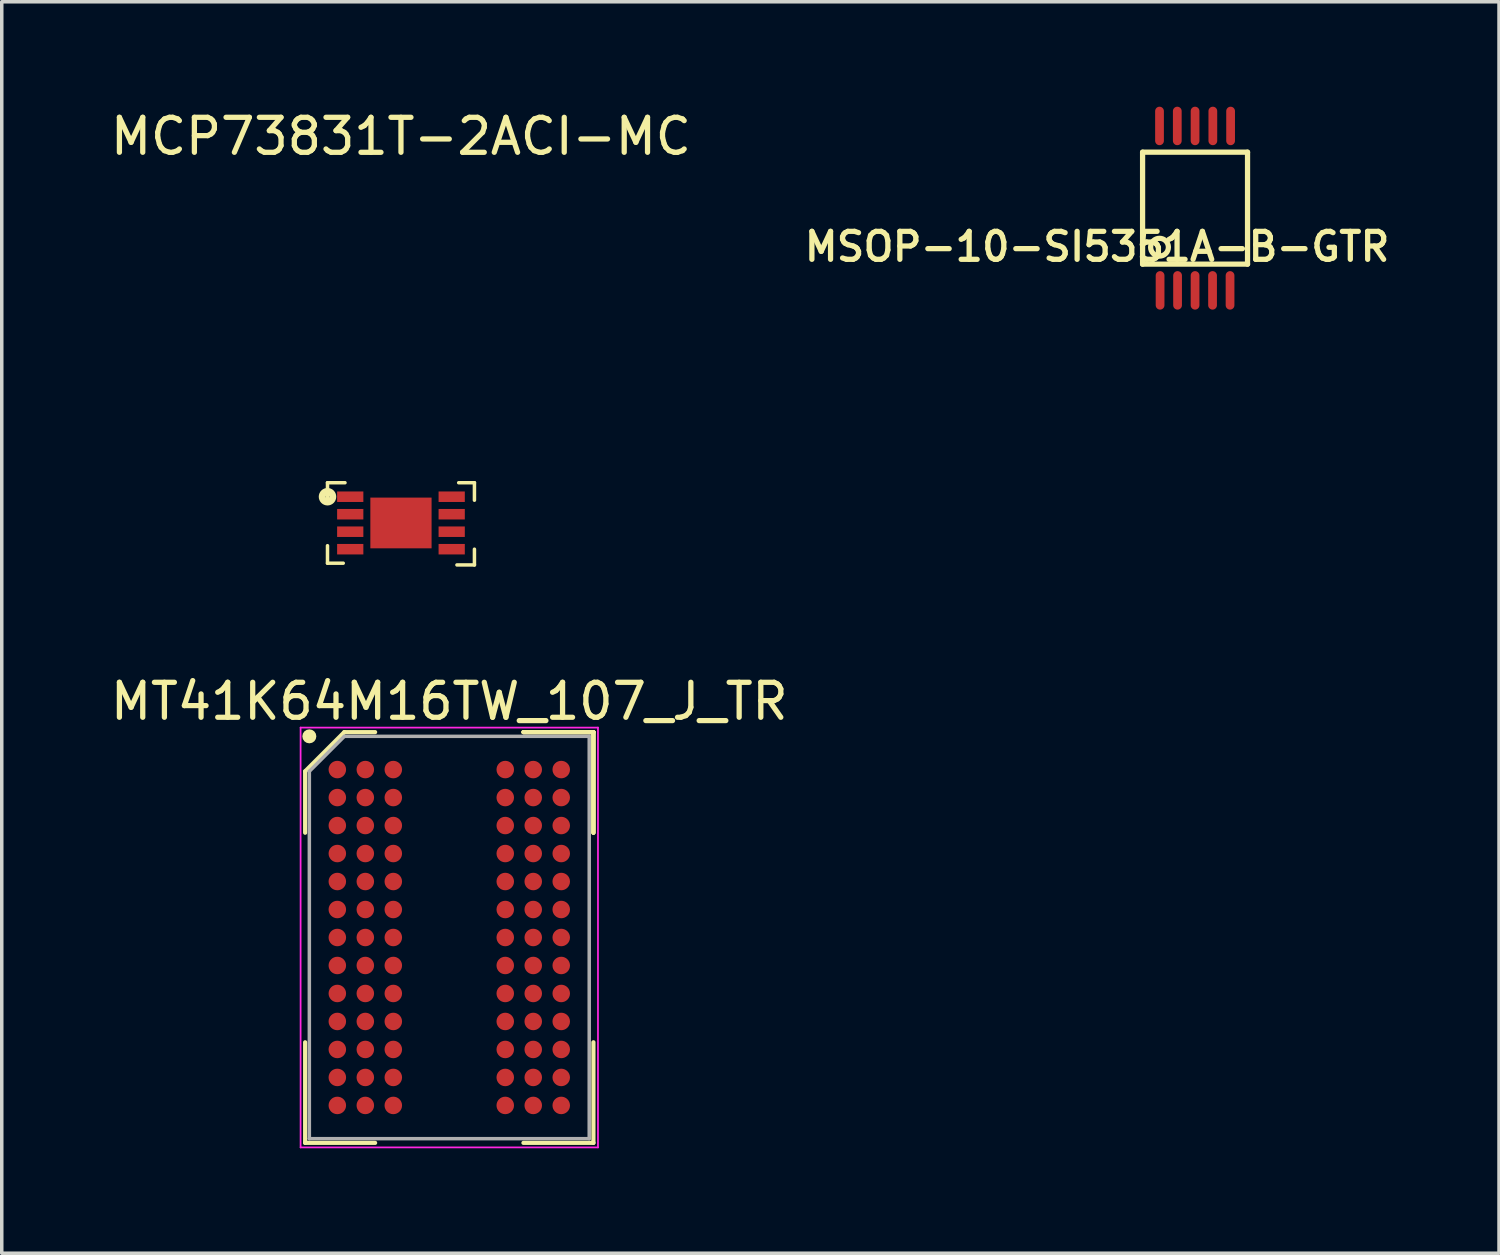
<source format=kicad_pcb>
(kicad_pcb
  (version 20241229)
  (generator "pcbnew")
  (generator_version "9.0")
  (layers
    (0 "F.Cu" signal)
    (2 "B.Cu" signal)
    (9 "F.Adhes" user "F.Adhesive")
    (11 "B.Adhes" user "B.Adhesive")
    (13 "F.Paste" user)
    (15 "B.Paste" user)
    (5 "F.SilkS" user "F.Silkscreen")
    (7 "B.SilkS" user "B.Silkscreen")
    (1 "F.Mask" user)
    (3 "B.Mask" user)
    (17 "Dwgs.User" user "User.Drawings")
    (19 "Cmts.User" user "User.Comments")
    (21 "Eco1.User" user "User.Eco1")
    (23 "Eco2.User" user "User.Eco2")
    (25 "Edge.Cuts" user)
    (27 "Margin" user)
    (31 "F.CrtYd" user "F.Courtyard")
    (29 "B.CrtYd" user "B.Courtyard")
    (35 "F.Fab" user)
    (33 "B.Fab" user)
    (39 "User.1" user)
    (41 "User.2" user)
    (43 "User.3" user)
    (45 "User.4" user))
  (footprint "MSOP-10-SI5351A-B-GTR"
    (layer "F.Cu")
    (at 31.109 2.9)
    (property "Reference" "MSOP-10-SI5351A-B-GTR" (at -2.8 1.1 0) (layer "F.SilkS") (effects (font (size 0.8 0.8) (thickness 0.15))))
    (attr smd)
    (fp_line (start -1.5 -1.6) (end -1.5 1.6) (stroke (width 0.15) (type solid)) (layer "F.SilkS"))
    (fp_line (start -1.5 1.6) (end 1.5 1.6) (stroke (width 0.15) (type solid)) (layer "F.SilkS"))
    (fp_line (start 1.5 -1.6) (end -1.5 -1.6) (stroke (width 0.15) (type solid)) (layer "F.SilkS"))
    (fp_line (start 1.5 1.6) (end 1.5 -1.6) (stroke (width 0.15) (type solid)) (layer "F.SilkS"))
    (fp_circle (center -1.016 1.116) (end -1.016 0.862) (stroke (width 0.15) (type solid)) (fill no) (layer "F.SilkS"))
    (pad "1" smd oval (at -1 2.35) (size 0.25 1.1) (layers "F.Cu" "F.Mask" "F.Paste"))
    (pad "2" smd oval (at -0.5 2.35) (size 0.25 1.1) (layers "F.Cu" "F.Mask" "F.Paste"))
    (pad "3" smd oval (at 0 2.35) (size 0.25 1.1) (layers "F.Cu" "F.Mask" "F.Paste"))
    (pad "4" smd oval (at 0.5 2.35) (size 0.25 1.1) (layers "F.Cu" "F.Mask" "F.Paste"))
    (pad "5" smd oval (at 1 2.35) (size 0.25 1.1) (layers "F.Cu" "F.Mask" "F.Paste"))
    (pad "6" smd oval (at 1.016 -2.35) (size 0.25 1.1) (layers "F.Cu" "F.Mask" "F.Paste"))
    (pad "7" smd oval (at 0.508 -2.35) (size 0.25 1.1) (layers "F.Cu" "F.Mask" "F.Paste"))
    (pad "8" smd oval (at 0 -2.35) (size 0.25 1.1) (layers "F.Cu" "F.Mask" "F.Paste"))
    (pad "9" smd oval (at -0.508 -2.35) (size 0.25 1.1) (layers "F.Cu" "F.Mask" "F.Paste"))
    (pad "10" smd oval (at -1.016 -2.35) (size 0.25 1.1) (layers "F.Cu" "F.Mask" "F.Paste")))
  (footprint "MCP73831T-2ACI-MC"
    (layer "F.Cu")
    (at 8.411 11.898)
    (property "Reference" "MCP73831T-2ACI-MC" (at 0 -11.05 0) (layer "F.SilkS") (effects (font (size 1 1) (thickness 0.15))))
    (attr through_hole)
    (fp_line (start -2.1 -1.15) (end -1.6 -1.15) (stroke (width 0.1) (type solid)) (layer "F.SilkS"))
    (fp_line (start -2.1 -0.7) (end -2.1 -1.15) (stroke (width 0.1) (type solid)) (layer "F.SilkS"))
    (fp_line (start -2.1 1.15) (end -2.1 0.65) (stroke (width 0.1) (type solid)) (layer "F.SilkS"))
    (fp_line (start -1.65 1.15) (end -2.1 1.15) (stroke (width 0.1) (type solid)) (layer "F.SilkS"))
    (fp_line (start 1.65 -1.15) (end 2.1 -1.15) (stroke (width 0.1) (type solid)) (layer "F.SilkS"))
    (fp_line (start 2.1 -1.15) (end 2.1 -0.65) (stroke (width 0.1) (type solid)) (layer "F.SilkS"))
    (fp_line (start 2.1 0.75) (end 2.1 1.2) (stroke (width 0.1) (type solid)) (layer "F.SilkS"))
    (fp_line (start 2.1 1.2) (end 1.6 1.2) (stroke (width 0.1) (type solid)) (layer "F.SilkS"))
    (fp_circle (center -2.1 -0.75) (end -2.1 -0.7) (stroke (width 0.2) (type solid)) (fill no) (layer "F.SilkS"))
    (pad "0" smd rect (at 0 0) (size 1.75 1.45) (layers "F.Cu" "F.Mask" "F.Paste"))
    (pad "1" smd rect (at -1.45 -0.75) (size 0.75 0.3) (layers "F.Cu" "F.Mask" "F.Paste"))
    (pad "2" smd rect (at -1.45 -0.25) (size 0.75 0.3) (layers "F.Cu" "F.Mask" "F.Paste"))
    (pad "3" smd rect (at -1.45 0.25) (size 0.75 0.3) (layers "F.Cu" "F.Mask" "F.Paste"))
    (pad "4" smd rect (at -1.45 0.75) (size 0.75 0.3) (layers "F.Cu" "F.Mask" "F.Paste"))
    (pad "5" smd rect (at 1.45 0.75) (size 0.75 0.3) (layers "F.Cu" "F.Mask" "F.Paste"))
    (pad "6" smd rect (at 1.45 0.25) (size 0.75 0.3) (layers "F.Cu" "F.Mask" "F.Paste"))
    (pad "7" smd rect (at 1.45 -0.25) (size 0.75 0.3) (layers "F.Cu" "F.Mask" "F.Paste"))
    (pad "8" smd rect (at 1.45 -0.75) (size 0.75 0.3) (layers "F.Cu" "F.Mask" "F.Paste")))
  (footprint "MT41K64M16TW_107_J_TR"
    (layer "F.Cu")
    (at 9.792 23.747)
    (property "Reference" "MT41K64M16TW_107_J_TR" (at 0 -6.75 0) (layer "F.SilkS") (effects (font (size 1 1) (thickness 0.15))))
    (attr smd)
    (fp_line (start -4.12 -4.75) (end -4.12 -2.995) (stroke (width 0.12) (type solid)) (layer "F.SilkS"))
    (fp_line (start -4.12 5.87) (end -4.12 2.995) (stroke (width 0.12) (type solid)) (layer "F.SilkS"))
    (fp_line (start -3 -5.87) (end -4.12 -4.75) (stroke (width 0.12) (type solid)) (layer "F.SilkS"))
    (fp_line (start -2.12 -5.87) (end -3 -5.87) (stroke (width 0.12) (type solid)) (layer "F.SilkS"))
    (fp_line (start -2.12 5.87) (end -4.12 5.87) (stroke (width 0.12) (type solid)) (layer "F.SilkS"))
    (fp_line (start 2.12 -5.87) (end 4.12 -5.87) (stroke (width 0.12) (type solid)) (layer "F.SilkS"))
    (fp_line (start 2.12 -5.87) (end 4.12 -5.87) (stroke (width 0.12) (type solid)) (layer "F.SilkS"))
    (fp_line (start 2.12 -5.87) (end 4.12 -5.87) (stroke (width 0.12) (type solid)) (layer "F.SilkS"))
    (fp_line (start 2.12 5.87) (end 4.12 5.87) (stroke (width 0.12) (type solid)) (layer "F.SilkS"))
    (fp_line (start 4.12 -5.87) (end 4.12 -2.995) (stroke (width 0.12) (type solid)) (layer "F.SilkS"))
    (fp_line (start 4.12 -5.87) (end 4.12 -2.995) (stroke (width 0.12) (type solid)) (layer "F.SilkS"))
    (fp_line (start 4.12 -5.87) (end 4.12 -2.995) (stroke (width 0.12) (type solid)) (layer "F.SilkS"))
    (fp_line (start 4.12 5.87) (end 4.12 2.995) (stroke (width 0.12) (type solid)) (layer "F.SilkS"))
    (fp_circle (center -4 -5.75) (end -4 -5.65) (stroke (width 0.2) (type solid)) (fill no) (layer "F.SilkS"))
    (fp_line (start -4.25 -6) (end 4.25 -6) (stroke (width 0.05) (type solid)) (layer "F.CrtYd"))
    (fp_line (start -4.25 6) (end -4.25 -6) (stroke (width 0.05) (type solid)) (layer "F.CrtYd"))
    (fp_line (start 4.25 -6) (end 4.25 6) (stroke (width 0.05) (type solid)) (layer "F.CrtYd"))
    (fp_line (start 4.25 6) (end -4.25 6) (stroke (width 0.05) (type solid)) (layer "F.CrtYd"))
    (fp_line (start -4 -4.75) (end -4 5.75) (stroke (width 0.1) (type solid)) (layer "F.Fab"))
    (fp_line (start -4 5.75) (end 4 5.75) (stroke (width 0.1) (type solid)) (layer "F.Fab"))
    (fp_line (start -3 -5.75) (end -4 -4.75) (stroke (width 0.1) (type solid)) (layer "F.Fab"))
    (fp_line (start 4 -5.75) (end -3 -5.75) (stroke (width 0.1) (type solid)) (layer "F.Fab"))
    (fp_line (start 4 5.75) (end 4 -5.75) (stroke (width 0.1) (type solid)) (layer "F.Fab"))
    (pad "A1" smd circle (at -3.2 -4.8) (size 0.5 0.5) (layers "F.Cu" "F.Mask" "F.Paste"))
    (pad "A2" smd circle (at -2.4 -4.8) (size 0.5 0.5) (layers "F.Cu" "F.Mask" "F.Paste"))
    (pad "A3" smd circle (at -1.6 -4.8) (size 0.5 0.5) (layers "F.Cu" "F.Mask" "F.Paste"))
    (pad "A7" smd circle (at 1.6 -4.8) (size 0.5 0.5) (layers "F.Cu" "F.Mask" "F.Paste"))
    (pad "A8" smd circle (at 2.4 -4.8) (size 0.5 0.5) (layers "F.Cu" "F.Mask" "F.Paste"))
    (pad "A9" smd circle (at 3.2 -4.8) (size 0.5 0.5) (layers "F.Cu" "F.Mask" "F.Paste"))
    (pad "B1" smd circle (at -3.2 -4) (size 0.5 0.5) (layers "F.Cu" "F.Mask" "F.Paste"))
    (pad "B2" smd circle (at -2.4 -4) (size 0.5 0.5) (layers "F.Cu" "F.Mask" "F.Paste"))
    (pad "B3" smd circle (at -1.6 -4) (size 0.5 0.5) (layers "F.Cu" "F.Mask" "F.Paste"))
    (pad "B7" smd circle (at 1.6 -4) (size 0.5 0.5) (layers "F.Cu" "F.Mask" "F.Paste"))
    (pad "B8" smd circle (at 2.4 -4) (size 0.5 0.5) (layers "F.Cu" "F.Mask" "F.Paste"))
    (pad "B9" smd circle (at 3.2 -4) (size 0.5 0.5) (layers "F.Cu" "F.Mask" "F.Paste"))
    (pad "C1" smd circle (at -3.2 -3.2) (size 0.5 0.5) (layers "F.Cu" "F.Mask" "F.Paste"))
    (pad "C2" smd circle (at -2.4 -3.2) (size 0.5 0.5) (layers "F.Cu" "F.Mask" "F.Paste"))
    (pad "C3" smd circle (at -1.6 -3.2) (size 0.5 0.5) (layers "F.Cu" "F.Mask" "F.Paste"))
    (pad "C7" smd circle (at 1.6 -3.2) (size 0.5 0.5) (layers "F.Cu" "F.Mask" "F.Paste"))
    (pad "C8" smd circle (at 2.4 -3.2) (size 0.5 0.5) (layers "F.Cu" "F.Mask" "F.Paste"))
    (pad "C9" smd circle (at 3.2 -3.2) (size 0.5 0.5) (layers "F.Cu" "F.Mask" "F.Paste"))
    (pad "D1" smd circle (at -3.2 -2.4) (size 0.5 0.5) (layers "F.Cu" "F.Mask" "F.Paste"))
    (pad "D2" smd circle (at -2.4 -2.4) (size 0.5 0.5) (layers "F.Cu" "F.Mask" "F.Paste"))
    (pad "D3" smd circle (at -1.6 -2.4) (size 0.5 0.5) (layers "F.Cu" "F.Mask" "F.Paste"))
    (pad "D7" smd circle (at 1.6 -2.4) (size 0.5 0.5) (layers "F.Cu" "F.Mask" "F.Paste"))
    (pad "D8" smd circle (at 2.4 -2.4) (size 0.5 0.5) (layers "F.Cu" "F.Mask" "F.Paste"))
    (pad "D9" smd circle (at 3.2 -2.4) (size 0.5 0.5) (layers "F.Cu" "F.Mask" "F.Paste"))
    (pad "E1" smd circle (at -3.2 -1.6) (size 0.5 0.5) (layers "F.Cu" "F.Mask" "F.Paste"))
    (pad "E2" smd circle (at -2.4 -1.6) (size 0.5 0.5) (layers "F.Cu" "F.Mask" "F.Paste"))
    (pad "E3" smd circle (at -1.6 -1.6) (size 0.5 0.5) (layers "F.Cu" "F.Mask" "F.Paste"))
    (pad "E7" smd circle (at 1.6 -1.6) (size 0.5 0.5) (layers "F.Cu" "F.Mask" "F.Paste"))
    (pad "E8" smd circle (at 2.4 -1.6) (size 0.5 0.5) (layers "F.Cu" "F.Mask" "F.Paste"))
    (pad "E9" smd circle (at 3.2 -1.6) (size 0.5 0.5) (layers "F.Cu" "F.Mask" "F.Paste"))
    (pad "F1" smd circle (at -3.2 -0.8) (size 0.5 0.5) (layers "F.Cu" "F.Mask" "F.Paste"))
    (pad "F2" smd circle (at -2.4 -0.8) (size 0.5 0.5) (layers "F.Cu" "F.Mask" "F.Paste"))
    (pad "F3" smd circle (at -1.6 -0.8) (size 0.5 0.5) (layers "F.Cu" "F.Mask" "F.Paste"))
    (pad "F7" smd circle (at 1.6 -0.8) (size 0.5 0.5) (layers "F.Cu" "F.Mask" "F.Paste"))
    (pad "F8" smd circle (at 2.4 -0.8) (size 0.5 0.5) (layers "F.Cu" "F.Mask" "F.Paste"))
    (pad "F9" smd circle (at 3.2 -0.8) (size 0.5 0.5) (layers "F.Cu" "F.Mask" "F.Paste"))
    (pad "G1" smd circle (at -3.2 0) (size 0.5 0.5) (layers "F.Cu" "F.Mask" "F.Paste"))
    (pad "G2" smd circle (at -2.4 0) (size 0.5 0.5) (layers "F.Cu" "F.Mask" "F.Paste"))
    (pad "G3" smd circle (at -1.6 0) (size 0.5 0.5) (layers "F.Cu" "F.Mask" "F.Paste"))
    (pad "G7" smd circle (at 1.6 0) (size 0.5 0.5) (layers "F.Cu" "F.Mask" "F.Paste"))
    (pad "G8" smd circle (at 2.4 0) (size 0.5 0.5) (layers "F.Cu" "F.Mask" "F.Paste"))
    (pad "G9" smd circle (at 3.2 0) (size 0.5 0.5) (layers "F.Cu" "F.Mask" "F.Paste"))
    (pad "H1" smd circle (at -3.2 0.8) (size 0.5 0.5) (layers "F.Cu" "F.Mask" "F.Paste"))
    (pad "H2" smd circle (at -2.4 0.8) (size 0.5 0.5) (layers "F.Cu" "F.Mask" "F.Paste"))
    (pad "H3" smd circle (at -1.6 0.8) (size 0.5 0.5) (layers "F.Cu" "F.Mask" "F.Paste"))
    (pad "H7" smd circle (at 1.6 0.8) (size 0.5 0.5) (layers "F.Cu" "F.Mask" "F.Paste"))
    (pad "H8" smd circle (at 2.4 0.8) (size 0.5 0.5) (layers "F.Cu" "F.Mask" "F.Paste"))
    (pad "H9" smd circle (at 3.2 0.8) (size 0.5 0.5) (layers "F.Cu" "F.Mask" "F.Paste"))
    (pad "J1" smd circle (at -3.2 1.6) (size 0.5 0.5) (layers "F.Cu" "F.Mask" "F.Paste"))
    (pad "J2" smd circle (at -2.4 1.6) (size 0.5 0.5) (layers "F.Cu" "F.Mask" "F.Paste"))
    (pad "J3" smd circle (at -1.6 1.6) (size 0.5 0.5) (layers "F.Cu" "F.Mask" "F.Paste"))
    (pad "J7" smd circle (at 1.6 1.6) (size 0.5 0.5) (layers "F.Cu" "F.Mask" "F.Paste"))
    (pad "J8" smd circle (at 2.4 1.6) (size 0.5 0.5) (layers "F.Cu" "F.Mask" "F.Paste"))
    (pad "J9" smd circle (at 3.2 1.6) (size 0.5 0.5) (layers "F.Cu" "F.Mask" "F.Paste"))
    (pad "K1" smd circle (at -3.2 2.4) (size 0.5 0.5) (layers "F.Cu" "F.Mask" "F.Paste"))
    (pad "K2" smd circle (at -2.4 2.4) (size 0.5 0.5) (layers "F.Cu" "F.Mask" "F.Paste"))
    (pad "K3" smd circle (at -1.6 2.4) (size 0.5 0.5) (layers "F.Cu" "F.Mask" "F.Paste"))
    (pad "K7" smd circle (at 1.6 2.4) (size 0.5 0.5) (layers "F.Cu" "F.Mask" "F.Paste"))
    (pad "K8" smd circle (at 2.4 2.4) (size 0.5 0.5) (layers "F.Cu" "F.Mask" "F.Paste"))
    (pad "K9" smd circle (at 3.2 2.4) (size 0.5 0.5) (layers "F.Cu" "F.Mask" "F.Paste"))
    (pad "L1" smd circle (at -3.2 3.2) (size 0.5 0.5) (layers "F.Cu" "F.Mask" "F.Paste"))
    (pad "L2" smd circle (at -2.4 3.2) (size 0.5 0.5) (layers "F.Cu" "F.Mask" "F.Paste"))
    (pad "L3" smd circle (at -1.6 3.2) (size 0.5 0.5) (layers "F.Cu" "F.Mask" "F.Paste"))
    (pad "L7" smd circle (at 1.6 3.2) (size 0.5 0.5) (layers "F.Cu" "F.Mask" "F.Paste"))
    (pad "L8" smd circle (at 2.4 3.2) (size 0.5 0.5) (layers "F.Cu" "F.Mask" "F.Paste"))
    (pad "L9" smd circle (at 3.2 3.2) (size 0.5 0.5) (layers "F.Cu" "F.Mask" "F.Paste"))
    (pad "M1" smd circle (at -3.2 4) (size 0.5 0.5) (layers "F.Cu" "F.Mask" "F.Paste"))
    (pad "M2" smd circle (at -2.4 4) (size 0.5 0.5) (layers "F.Cu" "F.Mask" "F.Paste"))
    (pad "M3" smd circle (at -1.6 4) (size 0.5 0.5) (layers "F.Cu" "F.Mask" "F.Paste"))
    (pad "M7" smd circle (at 1.6 4) (size 0.5 0.5) (layers "F.Cu" "F.Mask" "F.Paste"))
    (pad "M8" smd circle (at 2.4 4) (size 0.5 0.5) (layers "F.Cu" "F.Mask" "F.Paste"))
    (pad "M9" smd circle (at 3.2 4) (size 0.5 0.5) (layers "F.Cu" "F.Mask" "F.Paste"))
    (pad "N1" smd circle (at -3.2 4.8) (size 0.5 0.5) (layers "F.Cu" "F.Mask" "F.Paste"))
    (pad "N2" smd circle (at -2.4 4.8) (size 0.5 0.5) (layers "F.Cu" "F.Mask" "F.Paste"))
    (pad "N3" smd circle (at -1.6 4.8) (size 0.5 0.5) (layers "F.Cu" "F.Mask" "F.Paste"))
    (pad "N7" smd circle (at 1.6 4.8) (size 0.5 0.5) (layers "F.Cu" "F.Mask" "F.Paste"))
    (pad "N8" smd circle (at 2.4 4.8) (size 0.5 0.5) (layers "F.Cu" "F.Mask" "F.Paste"))
    (pad "N9" smd circle (at 3.2 4.8) (size 0.5 0.5) (layers "F.Cu" "F.Mask" "F.Paste")))
  (gr_rect
    (start -3 -3)
    (end 39.797 32.772)
    (stroke (width 0.1) (type default))
    (fill no)
    (layer "Edge.Cuts")))
</source>
